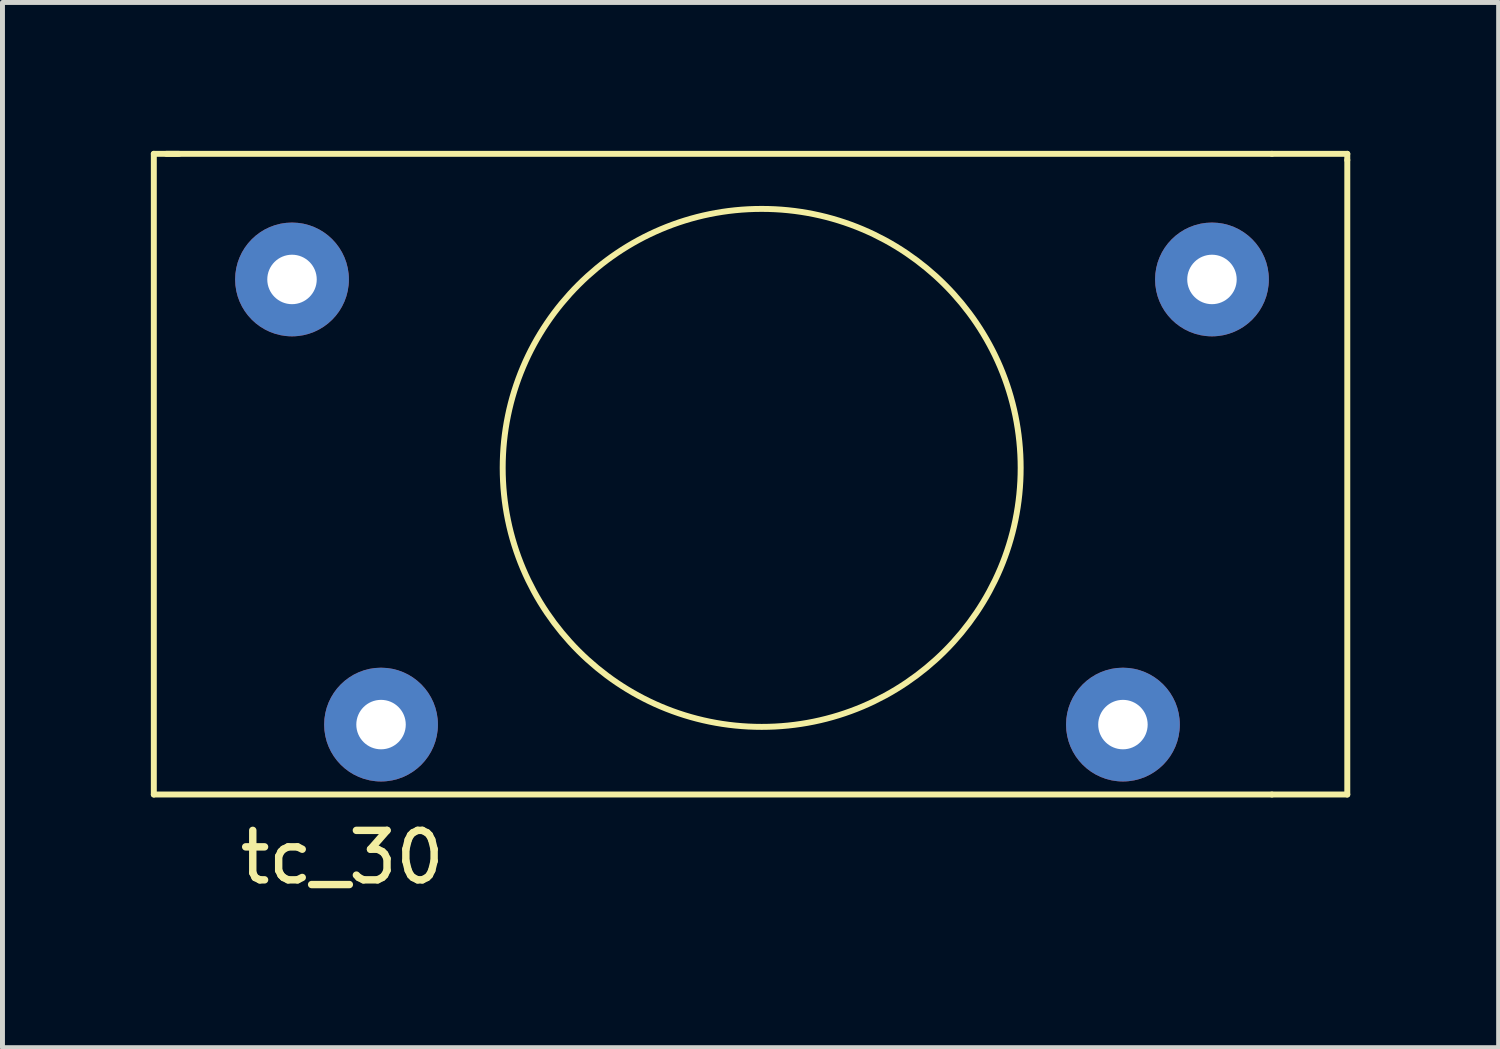
<source format=kicad_pcb>
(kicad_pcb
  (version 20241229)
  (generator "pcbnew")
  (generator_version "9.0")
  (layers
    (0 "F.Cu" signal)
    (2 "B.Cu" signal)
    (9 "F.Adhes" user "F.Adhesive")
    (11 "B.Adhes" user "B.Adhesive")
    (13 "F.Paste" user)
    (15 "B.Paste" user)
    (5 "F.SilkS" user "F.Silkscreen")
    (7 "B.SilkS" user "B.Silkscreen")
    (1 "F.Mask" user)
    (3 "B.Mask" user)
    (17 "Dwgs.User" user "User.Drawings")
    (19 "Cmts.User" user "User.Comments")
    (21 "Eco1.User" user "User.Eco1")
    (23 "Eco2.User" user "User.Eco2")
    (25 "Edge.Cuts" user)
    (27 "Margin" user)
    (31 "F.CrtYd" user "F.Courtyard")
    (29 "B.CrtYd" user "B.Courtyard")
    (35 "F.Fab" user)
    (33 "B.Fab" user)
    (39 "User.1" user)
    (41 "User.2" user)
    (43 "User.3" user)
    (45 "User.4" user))
  (footprint "tc_30"
    (layer "F.Cu")
    (at 12.506 6.918)
    (property "Reference" "tc_30" (at -8.636 7.366 0) (layer "F.SilkS") (effects (font (size 1 1) (thickness 0.15))))
    (attr through_hole)
    (fp_line (start -12.446 -6.858) (end -11.938 -6.858) (stroke (width 0.12) (type solid)) (layer "F.SilkS"))
    (fp_line (start -12.446 6.096) (end -12.446 -6.858) (stroke (width 0.12) (type solid)) (layer "F.SilkS"))
    (fp_line (start -12.192 -6.858) (end 10.16 -6.858) (stroke (width 0.12) (type solid)) (layer "F.SilkS"))
    (fp_line (start 10.16 -6.858) (end 11.684 -6.858) (stroke (width 0.12) (type solid)) (layer "F.SilkS"))
    (fp_line (start 10.16 6.096) (end -12.446 6.096) (stroke (width 0.12) (type solid)) (layer "F.SilkS"))
    (fp_line (start 10.16 6.096) (end 11.684 6.096) (stroke (width 0.12) (type solid)) (layer "F.SilkS"))
    (fp_line (start 11.684 -6.858) (end 11.684 -6.731) (stroke (width 0.12) (type solid)) (layer "F.SilkS"))
    (fp_line (start 11.684 -6.731) (end 11.684 6.096) (stroke (width 0.12) (type solid)) (layer "F.SilkS"))
    (fp_circle (center -0.156 -0.508) (end 3.146 3.556) (stroke (width 0.12) (type solid)) (fill no) (layer "F.SilkS"))
    (pad "1" thru_hole circle (at -9.652 -4.318) (size 2.3 2.3) (drill 1) (layers "*.Cu" "*.Mask"))
    (pad "2" thru_hole circle (at 8.948 -4.318) (size 2.3 2.3) (drill 1) (layers "*.Cu" "*.Mask"))
    (pad "3" thru_hole circle (at -7.852 4.682) (size 2.3 2.3) (drill 1) (layers "*.Cu" "*.Mask"))
    (pad "4" thru_hole circle (at 7.148 4.682) (size 2.3 2.3) (drill 1) (layers "*.Cu" "*.Mask")))
  (gr_rect
    (start -3 -3)
    (end 27.25 18.132)
    (stroke (width 0.1) (type default))
    (fill no)
    (layer "Edge.Cuts")))
</source>
